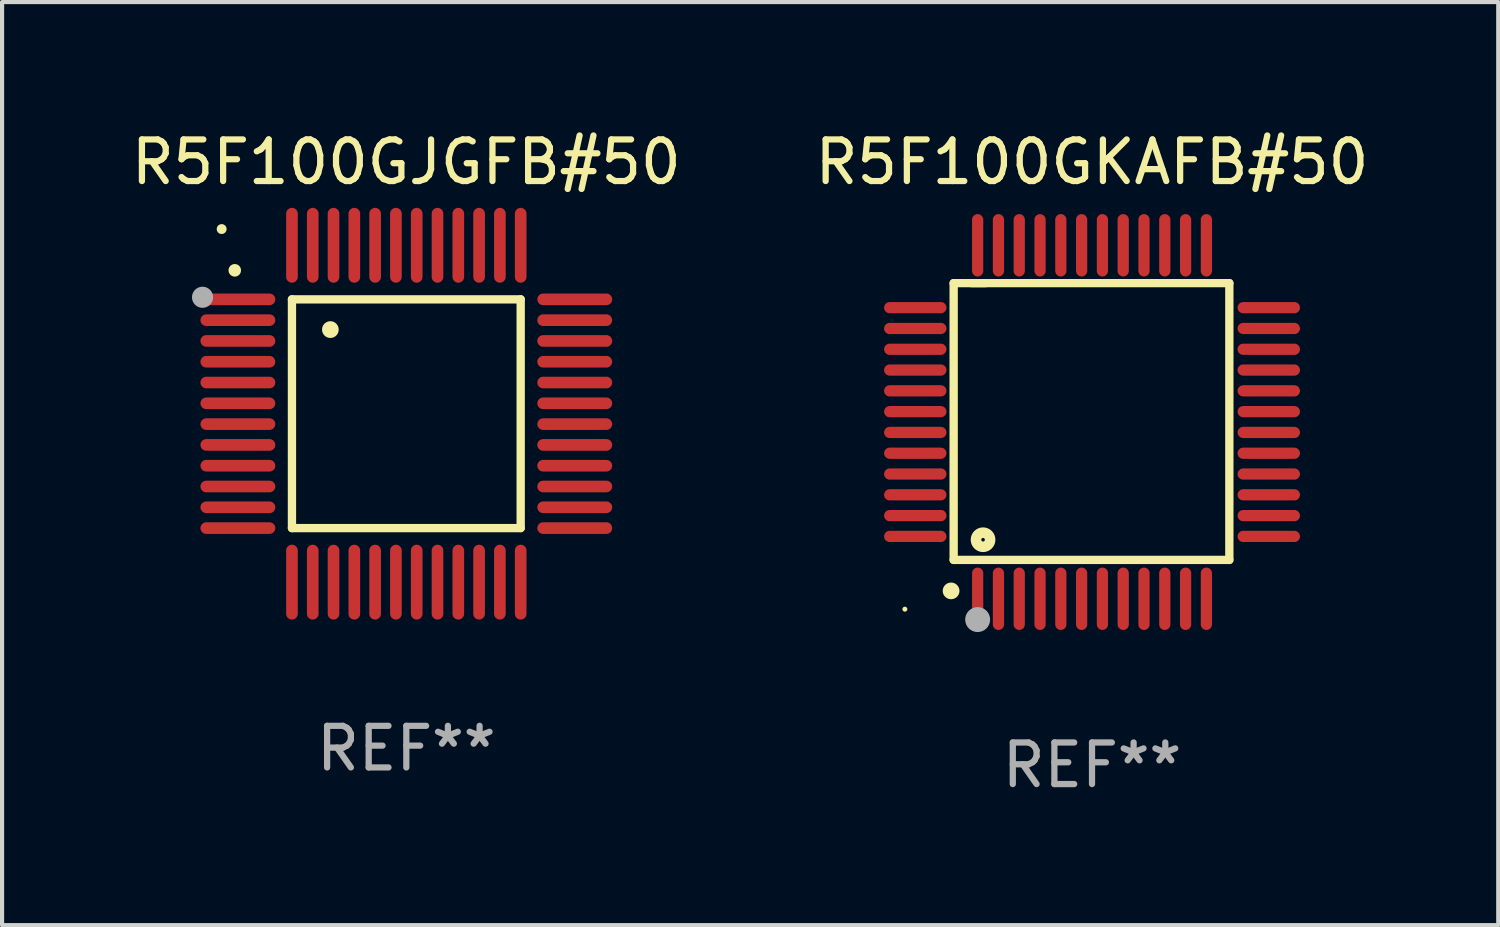
<source format=kicad_pcb>
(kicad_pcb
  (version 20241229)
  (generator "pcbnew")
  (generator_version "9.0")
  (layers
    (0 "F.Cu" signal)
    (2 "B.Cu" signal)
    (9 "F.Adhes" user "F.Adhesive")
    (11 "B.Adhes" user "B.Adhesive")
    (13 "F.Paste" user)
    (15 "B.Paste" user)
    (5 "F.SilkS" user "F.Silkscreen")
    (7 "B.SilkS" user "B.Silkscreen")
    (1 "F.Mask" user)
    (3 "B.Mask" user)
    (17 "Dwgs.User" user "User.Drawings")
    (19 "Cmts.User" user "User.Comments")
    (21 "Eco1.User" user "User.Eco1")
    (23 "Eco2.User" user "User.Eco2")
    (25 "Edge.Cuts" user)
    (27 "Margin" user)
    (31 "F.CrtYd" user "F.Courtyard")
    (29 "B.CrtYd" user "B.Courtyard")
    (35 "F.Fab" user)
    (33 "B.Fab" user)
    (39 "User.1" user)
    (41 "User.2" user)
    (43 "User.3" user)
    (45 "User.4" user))
  (footprint "R5F100GKAFB#50"
    (layer "F.Cu")
    (at 23.208 7.098)
    (property "Reference" "R5F100GKAFB#50" (at 0 -6.25 0) (layer "F.SilkS") (effects (font (size 1 1) (thickness 0.15))))
    (attr through_hole)
    (fp_line (start -3.327 -3.34) (end -2.565 -3.34) (stroke (width 0.2) (type solid)) (layer "F.SilkS"))
    (fp_line (start -3.327 3.315) (end -3.327 -3.34) (stroke (width 0.2) (type solid)) (layer "F.SilkS"))
    (fp_line (start -2.896 -3.34) (end 3.302 -3.34) (stroke (width 0.2) (type solid)) (layer "F.SilkS"))
    (fp_line (start 3.302 -3.34) (end 3.302 3.315) (stroke (width 0.2) (type solid)) (layer "F.SilkS"))
    (fp_line (start 3.302 3.315) (end -3.327 3.315) (stroke (width 0.2) (type solid)) (layer "F.SilkS"))
    (fp_arc (start -3.389992 4.059995) (mid -3.388722 4.059991) (end -3.387452 4.059995) (stroke (width 0.4) (type solid)) (layer "F.SilkS"))
    (fp_circle (center -4.5 4.5) (end -4.47 4.5) (stroke (width 0.06) (type solid)) (fill no) (layer "F.SilkS"))
    (fp_circle (center -2.62 2.83) (end -2.45 2.83) (stroke (width 0.254) (type solid)) (fill no) (layer "F.SilkS"))
    (fp_circle (center -2.75 4.75) (end -2.6 4.75) (stroke (width 0.3) (type solid)) (fill no) (layer "F.Fab"))
    (fp_text user "REF**" (at 0 8.25 0) (layer "F.Fab") (effects (font (size 1 1) (thickness 0.15))))
    (pad "1" smd oval (at -2.75 4.25) (size 0.27 1.5) (layers "F.Cu" "F.Mask" "F.Paste"))
    (pad "2" smd oval (at -2.25 4.25) (size 0.27 1.5) (layers "F.Cu" "F.Mask" "F.Paste"))
    (pad "3" smd oval (at -1.75 4.25) (size 0.27 1.5) (layers "F.Cu" "F.Mask" "F.Paste"))
    (pad "4" smd oval (at -1.25 4.25) (size 0.27 1.5) (layers "F.Cu" "F.Mask" "F.Paste"))
    (pad "5" smd oval (at -0.75 4.25) (size 0.27 1.5) (layers "F.Cu" "F.Mask" "F.Paste"))
    (pad "6" smd oval (at -0.25 4.25) (size 0.27 1.5) (layers "F.Cu" "F.Mask" "F.Paste"))
    (pad "7" smd oval (at 0.25 4.25) (size 0.27 1.5) (layers "F.Cu" "F.Mask" "F.Paste"))
    (pad "8" smd oval (at 0.75 4.25) (size 0.27 1.5) (layers "F.Cu" "F.Mask" "F.Paste"))
    (pad "9" smd oval (at 1.25 4.25) (size 0.27 1.5) (layers "F.Cu" "F.Mask" "F.Paste"))
    (pad "10" smd oval (at 1.75 4.25) (size 0.27 1.5) (layers "F.Cu" "F.Mask" "F.Paste"))
    (pad "11" smd oval (at 2.25 4.25) (size 0.27 1.5) (layers "F.Cu" "F.Mask" "F.Paste"))
    (pad "12" smd oval (at 2.75 4.25) (size 0.27 1.5) (layers "F.Cu" "F.Mask" "F.Paste"))
    (pad "13" smd oval (at 4.25 2.75) (size 1.5 0.27) (layers "F.Cu" "F.Mask" "F.Paste"))
    (pad "14" smd oval (at 4.25 2.25) (size 1.5 0.27) (layers "F.Cu" "F.Mask" "F.Paste"))
    (pad "15" smd oval (at 4.25 1.75) (size 1.5 0.27) (layers "F.Cu" "F.Mask" "F.Paste"))
    (pad "16" smd oval (at 4.25 1.25) (size 1.5 0.27) (layers "F.Cu" "F.Mask" "F.Paste"))
    (pad "17" smd oval (at 4.25 0.75) (size 1.5 0.27) (layers "F.Cu" "F.Mask" "F.Paste"))
    (pad "18" smd oval (at 4.25 0.25) (size 1.5 0.27) (layers "F.Cu" "F.Mask" "F.Paste"))
    (pad "19" smd oval (at 4.25 -0.25) (size 1.5 0.27) (layers "F.Cu" "F.Mask" "F.Paste"))
    (pad "20" smd oval (at 4.25 -0.75) (size 1.5 0.27) (layers "F.Cu" "F.Mask" "F.Paste"))
    (pad "21" smd oval (at 4.25 -1.25) (size 1.5 0.27) (layers "F.Cu" "F.Mask" "F.Paste"))
    (pad "22" smd oval (at 4.25 -1.75) (size 1.5 0.27) (layers "F.Cu" "F.Mask" "F.Paste"))
    (pad "23" smd oval (at 4.25 -2.25) (size 1.5 0.27) (layers "F.Cu" "F.Mask" "F.Paste"))
    (pad "24" smd oval (at 4.25 -2.75) (size 1.5 0.27) (layers "F.Cu" "F.Mask" "F.Paste"))
    (pad "25" smd oval (at 2.75 -4.25) (size 0.27 1.5) (layers "F.Cu" "F.Mask" "F.Paste"))
    (pad "26" smd oval (at 2.25 -4.25) (size 0.27 1.5) (layers "F.Cu" "F.Mask" "F.Paste"))
    (pad "27" smd oval (at 1.75 -4.25) (size 0.27 1.5) (layers "F.Cu" "F.Mask" "F.Paste"))
    (pad "28" smd oval (at 1.25 -4.25) (size 0.27 1.5) (layers "F.Cu" "F.Mask" "F.Paste"))
    (pad "29" smd oval (at 0.75 -4.25) (size 0.27 1.5) (layers "F.Cu" "F.Mask" "F.Paste"))
    (pad "30" smd oval (at 0.25 -4.25) (size 0.27 1.5) (layers "F.Cu" "F.Mask" "F.Paste"))
    (pad "31" smd oval (at -0.25 -4.25) (size 0.27 1.5) (layers "F.Cu" "F.Mask" "F.Paste"))
    (pad "32" smd oval (at -0.75 -4.25) (size 0.27 1.5) (layers "F.Cu" "F.Mask" "F.Paste"))
    (pad "33" smd oval (at -1.25 -4.25) (size 0.27 1.5) (layers "F.Cu" "F.Mask" "F.Paste"))
    (pad "34" smd oval (at -1.75 -4.25) (size 0.27 1.5) (layers "F.Cu" "F.Mask" "F.Paste"))
    (pad "35" smd oval (at -2.25 -4.25) (size 0.27 1.5) (layers "F.Cu" "F.Mask" "F.Paste"))
    (pad "36" smd oval (at -2.75 -4.25) (size 0.27 1.5) (layers "F.Cu" "F.Mask" "F.Paste"))
    (pad "37" smd oval (at -4.25 -2.75) (size 1.5 0.27) (layers "F.Cu" "F.Mask" "F.Paste"))
    (pad "38" smd oval (at -4.25 -2.25) (size 1.5 0.27) (layers "F.Cu" "F.Mask" "F.Paste"))
    (pad "39" smd oval (at -4.25 -1.75) (size 1.5 0.27) (layers "F.Cu" "F.Mask" "F.Paste"))
    (pad "40" smd oval (at -4.25 -1.25) (size 1.5 0.27) (layers "F.Cu" "F.Mask" "F.Paste"))
    (pad "41" smd oval (at -4.25 -0.75) (size 1.5 0.27) (layers "F.Cu" "F.Mask" "F.Paste"))
    (pad "42" smd oval (at -4.25 -0.25) (size 1.5 0.27) (layers "F.Cu" "F.Mask" "F.Paste"))
    (pad "43" smd oval (at -4.25 0.25) (size 1.5 0.27) (layers "F.Cu" "F.Mask" "F.Paste"))
    (pad "44" smd oval (at -4.25 0.75) (size 1.5 0.27) (layers "F.Cu" "F.Mask" "F.Paste"))
    (pad "45" smd oval (at -4.25 1.25) (size 1.5 0.27) (layers "F.Cu" "F.Mask" "F.Paste"))
    (pad "46" smd oval (at -4.25 1.75) (size 1.5 0.27) (layers "F.Cu" "F.Mask" "F.Paste"))
    (pad "47" smd oval (at -4.25 2.25) (size 1.5 0.27) (layers "F.Cu" "F.Mask" "F.Paste"))
    (pad "48" smd oval (at -4.25 2.75) (size 1.5 0.27) (layers "F.Cu" "F.Mask" "F.Paste")))
  (footprint "R5F100GJGFB#50"
    (layer "F.Cu")
    (at 6.72 6.898)
    (property "Reference" "R5F100GJGFB#50" (at 0 -6.05 0) (layer "F.SilkS") (effects (font (size 1 1) (thickness 0.15))))
    (attr through_hole)
    (fp_line (start -2.75 -2.75) (end 2.75 -2.75) (stroke (width 0.2) (type solid)) (layer "F.SilkS"))
    (fp_line (start -2.75 2.75) (end -2.75 -2.75) (stroke (width 0.2) (type solid)) (layer "F.SilkS"))
    (fp_line (start 2.75 -2.75) (end 2.75 2.75) (stroke (width 0.2) (type solid)) (layer "F.SilkS"))
    (fp_line (start 2.75 2.75) (end -2.75 2.75) (stroke (width 0.2) (type solid)) (layer "F.SilkS"))
    (fp_arc (start -4.124968 -3.446787) (mid -4.124973 -3.448057) (end -4.124968 -3.449327) (stroke (width 0.3) (type solid)) (layer "F.SilkS"))
    (fp_arc (start -1.826264 -2.021844) (mid -1.826268 -2.023114) (end -1.826264 -2.024384) (stroke (width 0.4) (type solid)) (layer "F.SilkS"))
    (fp_circle (center -4.44 -4.44) (end -4.38 -4.44) (stroke (width 0.12) (type solid)) (fill no) (layer "F.SilkS"))
    (fp_circle (center -4.9 -2.8) (end -4.773 -2.8) (stroke (width 0.254) (type solid)) (fill no) (layer "F.Fab"))
    (fp_text user "REF**" (at 0 8.05 0) (layer "F.Fab") (effects (font (size 1 1) (thickness 0.15))))
    (pad "1" smd oval (at -4.05 -2.75 90) (size 0.28 1.8) (layers "F.Cu" "F.Mask" "F.Paste"))
    (pad "2" smd oval (at -4.05 -2.25 90) (size 0.28 1.8) (layers "F.Cu" "F.Mask" "F.Paste"))
    (pad "3" smd oval (at -4.05 -1.75 90) (size 0.28 1.8) (layers "F.Cu" "F.Mask" "F.Paste"))
    (pad "4" smd oval (at -4.05 -1.25 90) (size 0.28 1.8) (layers "F.Cu" "F.Mask" "F.Paste"))
    (pad "5" smd oval (at -4.05 -0.75 90) (size 0.28 1.8) (layers "F.Cu" "F.Mask" "F.Paste"))
    (pad "6" smd oval (at -4.05 -0.25 90) (size 0.28 1.8) (layers "F.Cu" "F.Mask" "F.Paste"))
    (pad "7" smd oval (at -4.05 0.25 90) (size 0.28 1.8) (layers "F.Cu" "F.Mask" "F.Paste"))
    (pad "8" smd oval (at -4.05 0.75 90) (size 0.28 1.8) (layers "F.Cu" "F.Mask" "F.Paste"))
    (pad "9" smd oval (at -4.05 1.25 90) (size 0.28 1.8) (layers "F.Cu" "F.Mask" "F.Paste"))
    (pad "10" smd oval (at -4.05 1.75 90) (size 0.28 1.8) (layers "F.Cu" "F.Mask" "F.Paste"))
    (pad "11" smd oval (at -4.05 2.25 90) (size 0.28 1.8) (layers "F.Cu" "F.Mask" "F.Paste"))
    (pad "12" smd oval (at -4.05 2.75 90) (size 0.28 1.8) (layers "F.Cu" "F.Mask" "F.Paste"))
    (pad "13" smd oval (at -2.75 4.05) (size 0.28 1.8) (layers "F.Cu" "F.Mask" "F.Paste"))
    (pad "14" smd oval (at -2.25 4.05) (size 0.28 1.8) (layers "F.Cu" "F.Mask" "F.Paste"))
    (pad "15" smd oval (at -1.75 4.05) (size 0.28 1.8) (layers "F.Cu" "F.Mask" "F.Paste"))
    (pad "16" smd oval (at -1.25 4.05) (size 0.28 1.8) (layers "F.Cu" "F.Mask" "F.Paste"))
    (pad "17" smd oval (at -0.75 4.05) (size 0.28 1.8) (layers "F.Cu" "F.Mask" "F.Paste"))
    (pad "18" smd oval (at -0.25 4.05) (size 0.28 1.8) (layers "F.Cu" "F.Mask" "F.Paste"))
    (pad "19" smd oval (at 0.25 4.05) (size 0.28 1.8) (layers "F.Cu" "F.Mask" "F.Paste"))
    (pad "20" smd oval (at 0.75 4.05) (size 0.28 1.8) (layers "F.Cu" "F.Mask" "F.Paste"))
    (pad "21" smd oval (at 1.25 4.05) (size 0.28 1.8) (layers "F.Cu" "F.Mask" "F.Paste"))
    (pad "22" smd oval (at 1.75 4.05) (size 0.28 1.8) (layers "F.Cu" "F.Mask" "F.Paste"))
    (pad "23" smd oval (at 2.25 4.05) (size 0.28 1.8) (layers "F.Cu" "F.Mask" "F.Paste"))
    (pad "24" smd oval (at 2.75 4.05) (size 0.28 1.8) (layers "F.Cu" "F.Mask" "F.Paste"))
    (pad "25" smd oval (at 4.05 2.75 90) (size 0.28 1.8) (layers "F.Cu" "F.Mask" "F.Paste"))
    (pad "26" smd oval (at 4.05 2.25 90) (size 0.28 1.8) (layers "F.Cu" "F.Mask" "F.Paste"))
    (pad "27" smd oval (at 4.05 1.75 90) (size 0.28 1.8) (layers "F.Cu" "F.Mask" "F.Paste"))
    (pad "28" smd oval (at 4.05 1.25 90) (size 0.28 1.8) (layers "F.Cu" "F.Mask" "F.Paste"))
    (pad "29" smd oval (at 4.05 0.75 90) (size 0.28 1.8) (layers "F.Cu" "F.Mask" "F.Paste"))
    (pad "30" smd oval (at 4.05 0.25 90) (size 0.28 1.8) (layers "F.Cu" "F.Mask" "F.Paste"))
    (pad "31" smd oval (at 4.05 -0.25 90) (size 0.28 1.8) (layers "F.Cu" "F.Mask" "F.Paste"))
    (pad "32" smd oval (at 4.05 -0.75 90) (size 0.28 1.8) (layers "F.Cu" "F.Mask" "F.Paste"))
    (pad "33" smd oval (at 4.05 -1.25 90) (size 0.28 1.8) (layers "F.Cu" "F.Mask" "F.Paste"))
    (pad "34" smd oval (at 4.05 -1.75 90) (size 0.28 1.8) (layers "F.Cu" "F.Mask" "F.Paste"))
    (pad "35" smd oval (at 4.05 -2.25 90) (size 0.28 1.8) (layers "F.Cu" "F.Mask" "F.Paste"))
    (pad "36" smd oval (at 4.05 -2.75 90) (size 0.28 1.8) (layers "F.Cu" "F.Mask" "F.Paste"))
    (pad "37" smd oval (at 2.75 -4.05) (size 0.28 1.8) (layers "F.Cu" "F.Mask" "F.Paste"))
    (pad "38" smd oval (at 2.25 -4.05) (size 0.28 1.8) (layers "F.Cu" "F.Mask" "F.Paste"))
    (pad "39" smd oval (at 1.75 -4.05) (size 0.28 1.8) (layers "F.Cu" "F.Mask" "F.Paste"))
    (pad "40" smd oval (at 1.25 -4.05) (size 0.28 1.8) (layers "F.Cu" "F.Mask" "F.Paste"))
    (pad "41" smd oval (at 0.75 -4.05) (size 0.28 1.8) (layers "F.Cu" "F.Mask" "F.Paste"))
    (pad "42" smd oval (at 0.25 -4.05) (size 0.28 1.8) (layers "F.Cu" "F.Mask" "F.Paste"))
    (pad "43" smd oval (at -0.25 -4.05) (size 0.28 1.8) (layers "F.Cu" "F.Mask" "F.Paste"))
    (pad "44" smd oval (at -0.75 -4.05) (size 0.28 1.8) (layers "F.Cu" "F.Mask" "F.Paste"))
    (pad "45" smd oval (at -1.25 -4.05) (size 0.28 1.8) (layers "F.Cu" "F.Mask" "F.Paste"))
    (pad "46" smd oval (at -1.75 -4.05) (size 0.28 1.8) (layers "F.Cu" "F.Mask" "F.Paste"))
    (pad "47" smd oval (at -2.25 -4.05) (size 0.28 1.8) (layers "F.Cu" "F.Mask" "F.Paste"))
    (pad "48" smd oval (at -2.75 -4.05) (size 0.28 1.8) (layers "F.Cu" "F.Mask" "F.Paste")))
  (gr_rect
    (start -3 -3)
    (end 32.976 19.196)
    (stroke (width 0.1) (type default))
    (fill no)
    (layer "Edge.Cuts")))
</source>
